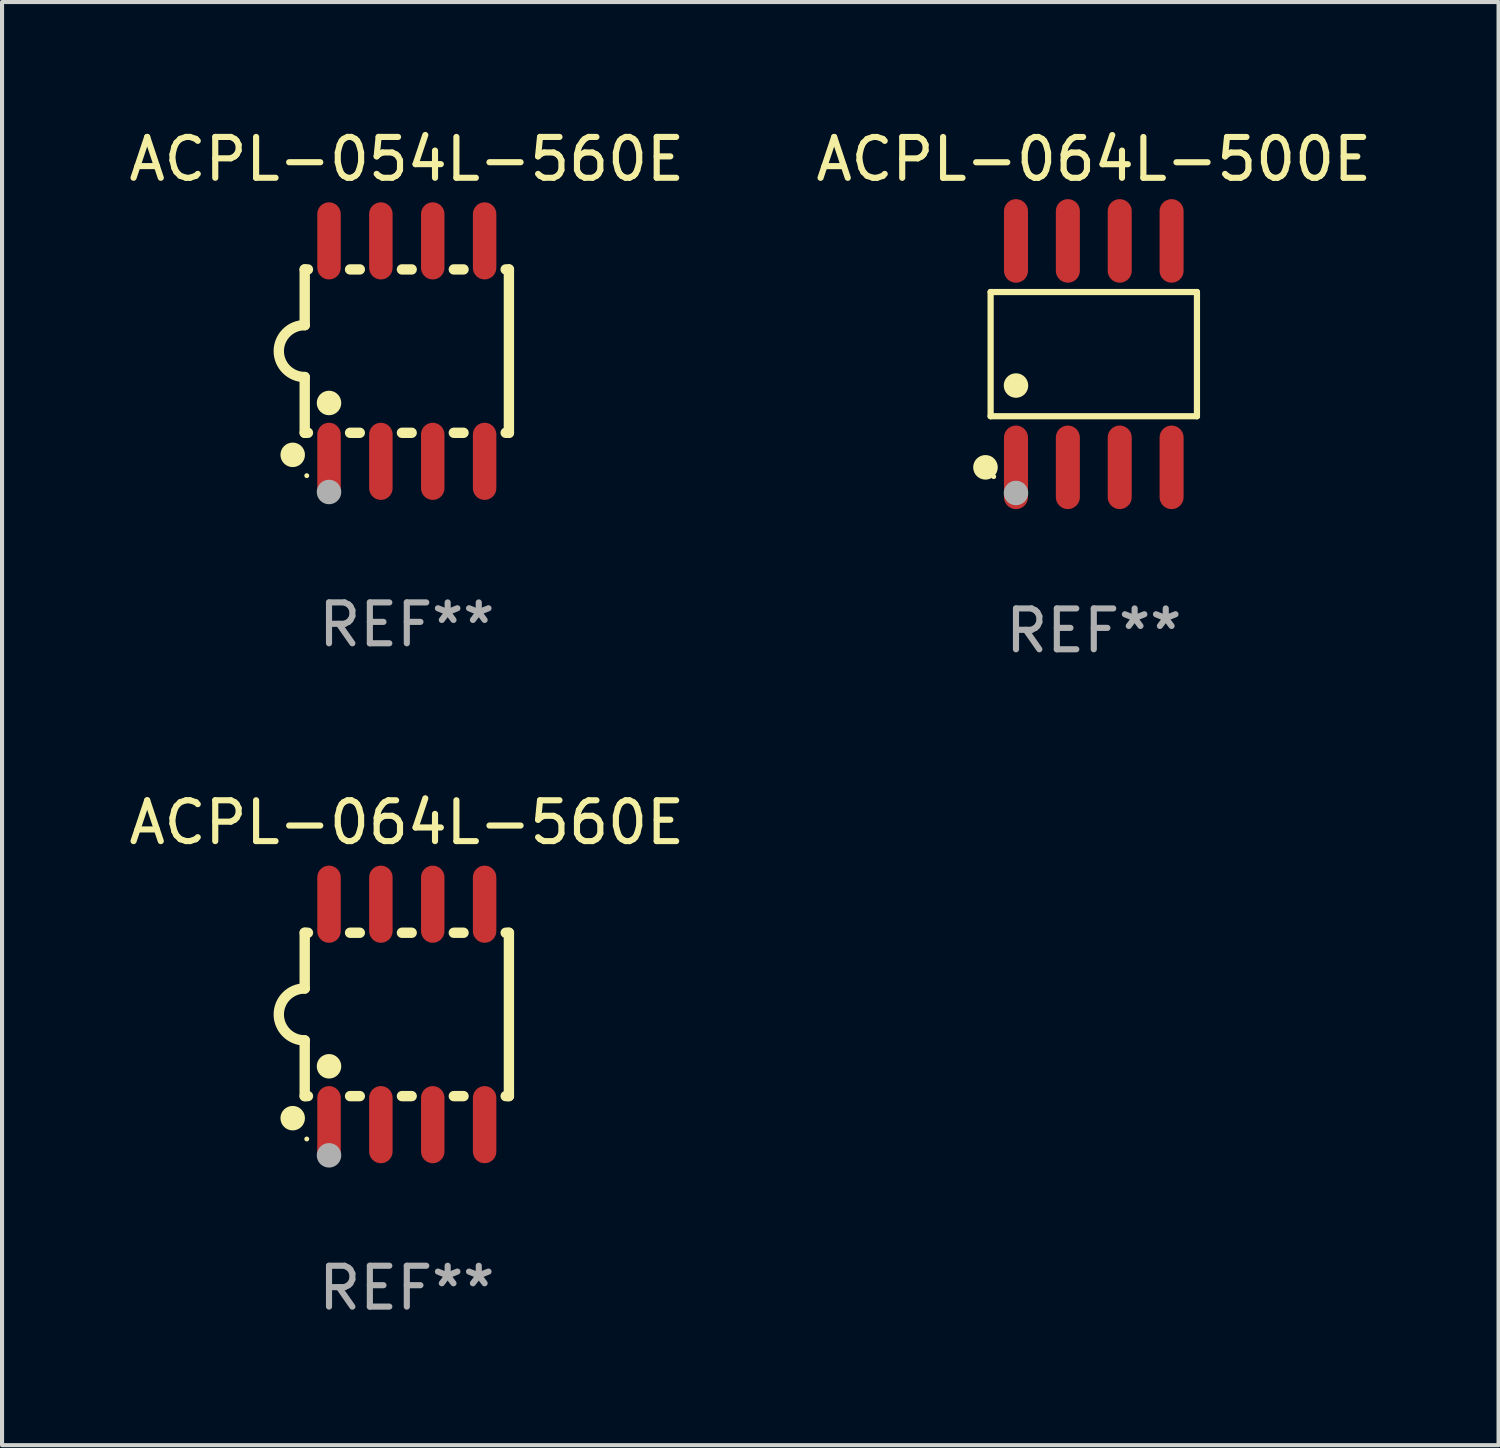
<source format=kicad_pcb>
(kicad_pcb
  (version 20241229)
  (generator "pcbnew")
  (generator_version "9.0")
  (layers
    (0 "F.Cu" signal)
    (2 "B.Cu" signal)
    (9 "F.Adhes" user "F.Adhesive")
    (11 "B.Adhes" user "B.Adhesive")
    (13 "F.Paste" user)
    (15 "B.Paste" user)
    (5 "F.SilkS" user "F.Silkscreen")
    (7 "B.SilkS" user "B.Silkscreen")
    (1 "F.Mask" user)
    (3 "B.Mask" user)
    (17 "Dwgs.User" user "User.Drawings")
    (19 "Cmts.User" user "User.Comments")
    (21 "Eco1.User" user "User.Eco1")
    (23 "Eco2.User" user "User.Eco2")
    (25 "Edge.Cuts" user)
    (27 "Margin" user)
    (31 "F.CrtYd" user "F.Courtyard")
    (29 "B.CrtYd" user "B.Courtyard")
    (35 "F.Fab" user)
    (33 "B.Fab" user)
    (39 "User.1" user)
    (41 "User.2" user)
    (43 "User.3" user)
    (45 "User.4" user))
  (footprint "ACPL-064L-560E"
    (layer "F.Cu")
    (at 6.911 21.789)
    (property "Reference" "ACPL-064L-560E" (at 0 -4.699 0) (layer "F.SilkS") (effects (font (size 1 1) (thickness 0.15))))
    (attr through_hole)
    (fp_line (start -2.5 -2) (end -2.5 -0.635) (stroke (width 0.254) (type solid)) (layer "F.SilkS"))
    (fp_line (start -2.5 -2) (end -2.421 -2) (stroke (width 0.254) (type solid)) (layer "F.SilkS"))
    (fp_line (start -2.5 2) (end -2.5 0.635) (stroke (width 0.254) (type solid)) (layer "F.SilkS"))
    (fp_line (start -2.5 2) (end -2.421 2) (stroke (width 0.254) (type solid)) (layer "F.SilkS"))
    (fp_line (start -1.389 -2) (end -1.151 -2) (stroke (width 0.254) (type solid)) (layer "F.SilkS"))
    (fp_line (start -1.389 2) (end -1.151 2) (stroke (width 0.254) (type solid)) (layer "F.SilkS"))
    (fp_line (start -0.119 -2) (end 0.119 -2) (stroke (width 0.254) (type solid)) (layer "F.SilkS"))
    (fp_line (start -0.119 2) (end 0.119 2) (stroke (width 0.254) (type solid)) (layer "F.SilkS"))
    (fp_line (start 1.151 -2) (end 1.389 -2) (stroke (width 0.254) (type solid)) (layer "F.SilkS"))
    (fp_line (start 1.151 2) (end 1.389 2) (stroke (width 0.254) (type solid)) (layer "F.SilkS"))
    (fp_line (start 2.421 -2) (end 2.5 -2) (stroke (width 0.254) (type solid)) (layer "F.SilkS"))
    (fp_line (start 2.421 2) (end 2.5 2) (stroke (width 0.254) (type solid)) (layer "F.SilkS"))
    (fp_line (start 2.5 -2) (end 2.5 2) (stroke (width 0.254) (type solid)) (layer "F.SilkS"))
    (fp_arc (start -2.5 0.635001) (mid -3.134366 -0.000318) (end -2.499365 -0.635001) (stroke (width 0.254001) (type solid)) (layer "F.SilkS"))
    (fp_circle (center -2.794 2.54) (end -2.644 2.54) (stroke (width 0.3) (type solid)) (fill no) (layer "F.SilkS"))
    (fp_circle (center -2.45 3.05) (end -2.42 3.05) (stroke (width 0.06) (type solid)) (fill no) (layer "F.SilkS"))
    (fp_circle (center -1.905 1.27) (end -1.755 1.27) (stroke (width 0.3) (type solid)) (fill no) (layer "F.SilkS"))
    (fp_circle (center -1.905 3.45) (end -1.755 3.45) (stroke (width 0.3) (type solid)) (fill no) (layer "F.Fab"))
    (fp_text user "REF**" (at 0 6.699 0) (layer "F.Fab") (effects (font (size 1 1) (thickness 0.15))))
    (pad "1" smd oval (at -1.905 2.699) (size 0.574 1.888) (layers "F.Cu" "F.Mask" "F.Paste"))
    (pad "2" smd oval (at -0.635 2.699) (size 0.574 1.888) (layers "F.Cu" "F.Mask" "F.Paste"))
    (pad "3" smd oval (at 0.635 2.699) (size 0.574 1.888) (layers "F.Cu" "F.Mask" "F.Paste"))
    (pad "4" smd oval (at 1.905 2.699) (size 0.574 1.888) (layers "F.Cu" "F.Mask" "F.Paste"))
    (pad "5" smd oval (at 1.905 -2.699) (size 0.574 1.888) (layers "F.Cu" "F.Mask" "F.Paste"))
    (pad "6" smd oval (at 0.635 -2.699) (size 0.574 1.888) (layers "F.Cu" "F.Mask" "F.Paste"))
    (pad "7" smd oval (at -0.635 -2.699) (size 0.574 1.888) (layers "F.Cu" "F.Mask" "F.Paste"))
    (pad "8" smd oval (at -1.905 -2.699) (size 0.574 1.888) (layers "F.Cu" "F.Mask" "F.Paste")))
  (footprint "ACPL-054L-560E"
    (layer "F.Cu")
    (at 6.911 5.547)
    (property "Reference" "ACPL-054L-560E" (at 0 -4.699 0) (layer "F.SilkS") (effects (font (size 1 1) (thickness 0.15))))
    (attr through_hole)
    (fp_line (start -2.5 -2) (end -2.5 -0.635) (stroke (width 0.254) (type solid)) (layer "F.SilkS"))
    (fp_line (start -2.5 -2) (end -2.421 -2) (stroke (width 0.254) (type solid)) (layer "F.SilkS"))
    (fp_line (start -2.5 2) (end -2.5 0.635) (stroke (width 0.254) (type solid)) (layer "F.SilkS"))
    (fp_line (start -2.5 2) (end -2.421 2) (stroke (width 0.254) (type solid)) (layer "F.SilkS"))
    (fp_line (start -1.389 -2) (end -1.151 -2) (stroke (width 0.254) (type solid)) (layer "F.SilkS"))
    (fp_line (start -1.389 2) (end -1.151 2) (stroke (width 0.254) (type solid)) (layer "F.SilkS"))
    (fp_line (start -0.119 -2) (end 0.119 -2) (stroke (width 0.254) (type solid)) (layer "F.SilkS"))
    (fp_line (start -0.119 2) (end 0.119 2) (stroke (width 0.254) (type solid)) (layer "F.SilkS"))
    (fp_line (start 1.151 -2) (end 1.389 -2) (stroke (width 0.254) (type solid)) (layer "F.SilkS"))
    (fp_line (start 1.151 2) (end 1.389 2) (stroke (width 0.254) (type solid)) (layer "F.SilkS"))
    (fp_line (start 2.421 -2) (end 2.5 -2) (stroke (width 0.254) (type solid)) (layer "F.SilkS"))
    (fp_line (start 2.421 2) (end 2.5 2) (stroke (width 0.254) (type solid)) (layer "F.SilkS"))
    (fp_line (start 2.5 -2) (end 2.5 2) (stroke (width 0.254) (type solid)) (layer "F.SilkS"))
    (fp_arc (start -2.5 0.635001) (mid -3.134366 -0.000318) (end -2.499365 -0.635001) (stroke (width 0.254001) (type solid)) (layer "F.SilkS"))
    (fp_circle (center -2.794 2.54) (end -2.644 2.54) (stroke (width 0.3) (type solid)) (fill no) (layer "F.SilkS"))
    (fp_circle (center -2.45 3.05) (end -2.42 3.05) (stroke (width 0.06) (type solid)) (fill no) (layer "F.SilkS"))
    (fp_circle (center -1.905 1.27) (end -1.755 1.27) (stroke (width 0.3) (type solid)) (fill no) (layer "F.SilkS"))
    (fp_circle (center -1.905 3.45) (end -1.755 3.45) (stroke (width 0.3) (type solid)) (fill no) (layer "F.Fab"))
    (fp_text user "REF**" (at 0 6.699 0) (layer "F.Fab") (effects (font (size 1 1) (thickness 0.15))))
    (pad "1" smd oval (at -1.905 2.699) (size 0.574 1.888) (layers "F.Cu" "F.Mask" "F.Paste"))
    (pad "2" smd oval (at -0.635 2.699) (size 0.574 1.888) (layers "F.Cu" "F.Mask" "F.Paste"))
    (pad "3" smd oval (at 0.635 2.699) (size 0.574 1.888) (layers "F.Cu" "F.Mask" "F.Paste"))
    (pad "4" smd oval (at 1.905 2.699) (size 0.574 1.888) (layers "F.Cu" "F.Mask" "F.Paste"))
    (pad "5" smd oval (at 1.905 -2.699) (size 0.574 1.888) (layers "F.Cu" "F.Mask" "F.Paste"))
    (pad "6" smd oval (at 0.635 -2.699) (size 0.574 1.888) (layers "F.Cu" "F.Mask" "F.Paste"))
    (pad "7" smd oval (at -0.635 -2.699) (size 0.574 1.888) (layers "F.Cu" "F.Mask" "F.Paste"))
    (pad "8" smd oval (at -1.905 -2.699) (size 0.574 1.888) (layers "F.Cu" "F.Mask" "F.Paste")))
  (footprint "ACPL-064L-500E"
    (layer "F.Cu")
    (at 23.732 5.621)
    (property "Reference" "ACPL-064L-500E" (at 0 -4.772 0) (layer "F.SilkS") (effects (font (size 1 1) (thickness 0.15))))
    (attr through_hole)
    (fp_line (start -2.526 -1.521) (end 2.526 -1.521) (stroke (width 0.152) (type solid)) (layer "F.SilkS"))
    (fp_line (start -2.526 1.521) (end -2.526 -1.521) (stroke (width 0.152) (type solid)) (layer "F.SilkS"))
    (fp_line (start 2.526 -1.521) (end 2.526 1.521) (stroke (width 0.152) (type solid)) (layer "F.SilkS"))
    (fp_line (start 2.526 1.521) (end -2.526 1.521) (stroke (width 0.152) (type solid)) (layer "F.SilkS"))
    (fp_circle (center -2.652 2.772) (end -2.501 2.772) (stroke (width 0.3) (type solid)) (fill no) (layer "F.SilkS"))
    (fp_circle (center -2.45 3) (end -2.42 3) (stroke (width 0.06) (type solid)) (fill no) (layer "F.SilkS"))
    (fp_circle (center -1.905 0.769) (end -1.755 0.769) (stroke (width 0.3) (type solid)) (fill no) (layer "F.SilkS"))
    (fp_circle (center -1.905 3.4) (end -1.755 3.4) (stroke (width 0.3) (type solid)) (fill no) (layer "F.Fab"))
    (fp_text user "REF**" (at 0 6.772 0) (layer "F.Fab") (effects (font (size 1 1) (thickness 0.15))))
    (pad "1" smd oval (at -1.905 2.772) (size 0.588 2.045) (layers "F.Cu" "F.Mask" "F.Paste"))
    (pad "2" smd oval (at -0.635 2.772) (size 0.588 2.045) (layers "F.Cu" "F.Mask" "F.Paste"))
    (pad "3" smd oval (at 0.635 2.772) (size 0.588 2.045) (layers "F.Cu" "F.Mask" "F.Paste"))
    (pad "4" smd oval (at 1.905 2.772) (size 0.588 2.045) (layers "F.Cu" "F.Mask" "F.Paste"))
    (pad "5" smd oval (at 1.905 -2.772) (size 0.588 2.045) (layers "F.Cu" "F.Mask" "F.Paste"))
    (pad "6" smd oval (at 0.635 -2.772) (size 0.588 2.045) (layers "F.Cu" "F.Mask" "F.Paste"))
    (pad "7" smd oval (at -0.635 -2.772) (size 0.588 2.045) (layers "F.Cu" "F.Mask" "F.Paste"))
    (pad "8" smd oval (at -1.905 -2.772) (size 0.588 2.045) (layers "F.Cu" "F.Mask" "F.Paste")))
  (gr_rect
    (start -3 -3)
    (end 33.643 32.336)
    (stroke (width 0.1) (type default))
    (fill no)
    (layer "Edge.Cuts")))
</source>
